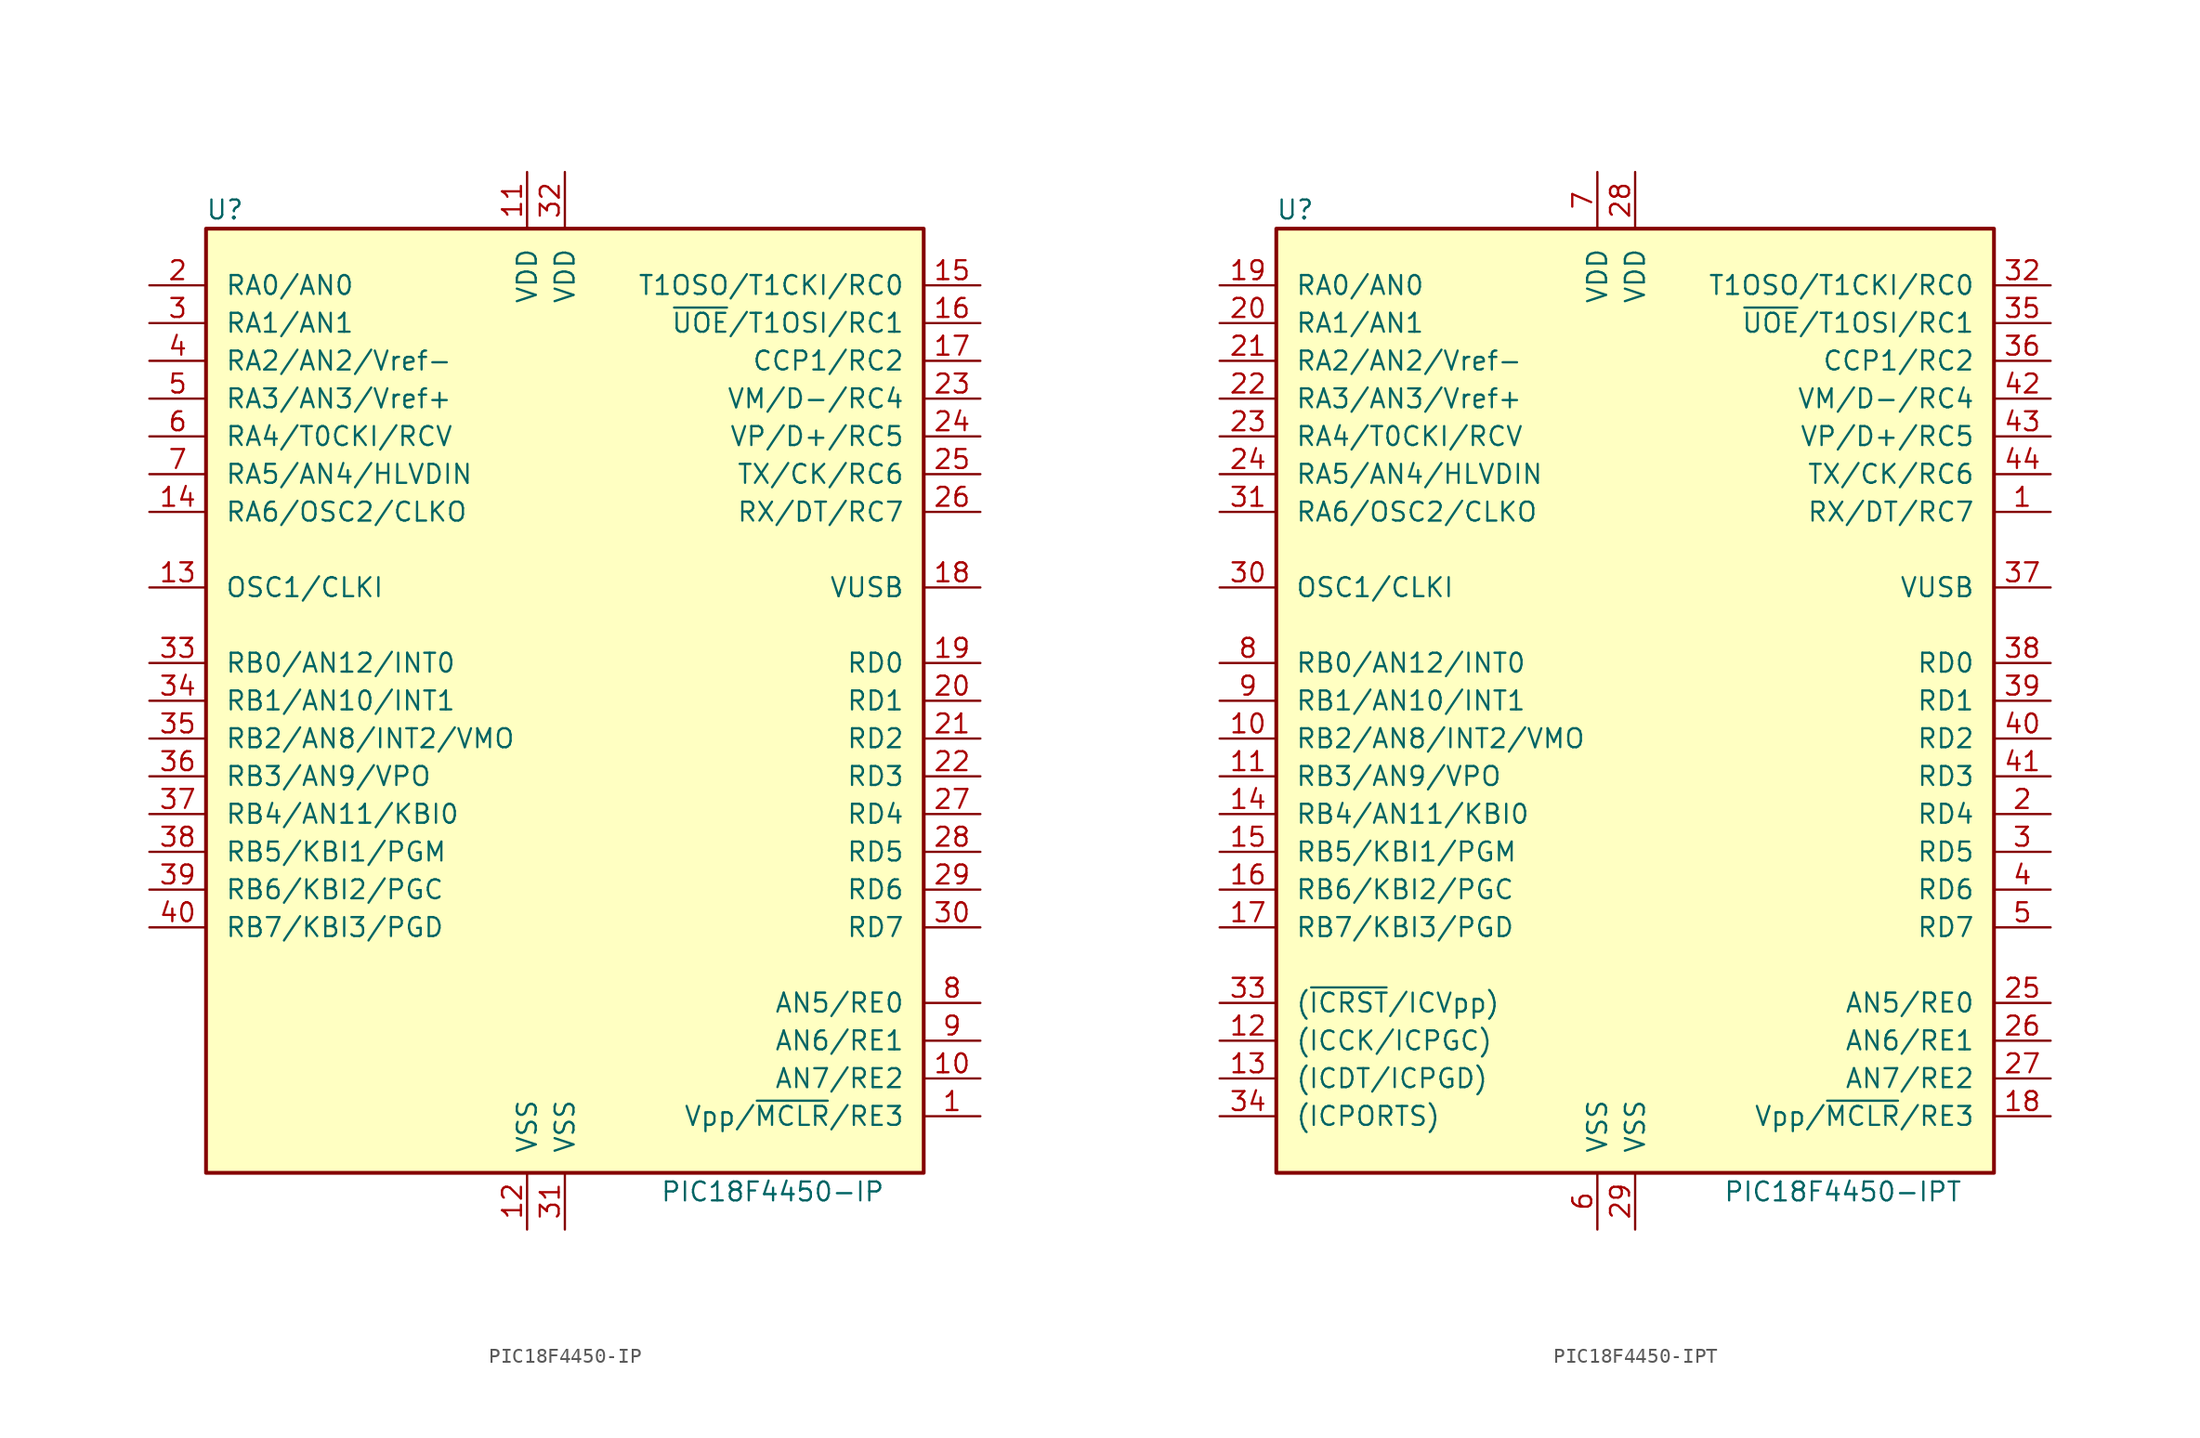
<source format=kicad_sym>
(kicad_symbol_lib
  (version 20241209)
  (generator "kicad_symbol_editor")
  (generator_version "9.0")
  (symbol "PIC18F4450-IP"
    (pin_names
      (offset 1.27))
    (property "Reference" "U"
      (at -22.86 33.02 0)
      (effects (font (size 1.27 1.27))))
    (property "Value" "PIC18F4450-IP"
      (at 13.97 -33.02 0)
      (effects (font (size 1.27 1.27))))
    (symbol "PIC18F4450-IP_0_1"
      (rectangle (start -24.13 31.75) (end 24.13 -31.75) (stroke (width 0.254) (type default)) (fill (type background))))
    (symbol "PIC18F4450-IP_1_1"
      (pin bidirectional line (at -27.94 27.94 0) (length 3.81) (name "RA0/AN0" (effects (font (size 1.27 1.27)))) (number "2" (effects (font (size 1.27 1.27)))))
      (pin bidirectional line (at -27.94 25.4 0) (length 3.81) (name "RA1/AN1" (effects (font (size 1.27 1.27)))) (number "3" (effects (font (size 1.27 1.27)))))
      (pin bidirectional line (at -27.94 22.86 0) (length 3.81) (name "RA2/AN2/Vref-" (effects (font (size 1.27 1.27)))) (number "4" (effects (font (size 1.27 1.27)))))
      (pin bidirectional line (at -27.94 20.32 0) (length 3.81) (name "RA3/AN3/Vref+" (effects (font (size 1.27 1.27)))) (number "5" (effects (font (size 1.27 1.27)))))
      (pin bidirectional line (at -27.94 17.78 0) (length 3.81) (name "RA4/T0CKI/RCV" (effects (font (size 1.27 1.27)))) (number "6" (effects (font (size 1.27 1.27)))))
      (pin bidirectional line (at -27.94 15.24 0) (length 3.81) (name "RA5/AN4/HLVDIN" (effects (font (size 1.27 1.27)))) (number "7" (effects (font (size 1.27 1.27)))))
      (pin output line (at -27.94 12.7 0) (length 3.81) (name "RA6/OSC2/CLKO" (effects (font (size 1.27 1.27)))) (number "14" (effects (font (size 1.27 1.27)))))
      (pin input line (at -27.94 7.62 0) (length 3.81) (name "OSC1/CLKI" (effects (font (size 1.27 1.27)))) (number "13" (effects (font (size 1.27 1.27)))))
      (pin bidirectional line (at -27.94 2.54 0) (length 3.81) (name "RB0/AN12/INT0" (effects (font (size 1.27 1.27)))) (number "33" (effects (font (size 1.27 1.27)))))
      (pin bidirectional line (at -27.94 0 0) (length 3.81) (name "RB1/AN10/INT1" (effects (font (size 1.27 1.27)))) (number "34" (effects (font (size 1.27 1.27)))))
      (pin bidirectional line (at -27.94 -2.54 0) (length 3.81) (name "RB2/AN8/INT2/VMO" (effects (font (size 1.27 1.27)))) (number "35" (effects (font (size 1.27 1.27)))))
      (pin bidirectional line (at -27.94 -5.08 0) (length 3.81) (name "RB3/AN9/VPO" (effects (font (size 1.27 1.27)))) (number "36" (effects (font (size 1.27 1.27)))))
      (pin bidirectional line (at -27.94 -7.62 0) (length 3.81) (name "RB4/AN11/KBI0" (effects (font (size 1.27 1.27)))) (number "37" (effects (font (size 1.27 1.27)))))
      (pin bidirectional line (at -27.94 -10.16 0) (length 3.81) (name "RB5/KBI1/PGM" (effects (font (size 1.27 1.27)))) (number "38" (effects (font (size 1.27 1.27)))))
      (pin bidirectional line (at -27.94 -12.7 0) (length 3.81) (name "RB6/KBI2/PGC" (effects (font (size 1.27 1.27)))) (number "39" (effects (font (size 1.27 1.27)))))
      (pin bidirectional line (at -27.94 -15.24 0) (length 3.81) (name "RB7/KBI3/PGD" (effects (font (size 1.27 1.27)))) (number "40" (effects (font (size 1.27 1.27)))))
      (pin power_in line (at -2.54 35.56 270) (length 3.81) (name "VDD" (effects (font (size 1.27 1.27)))) (number "11" (effects (font (size 1.27 1.27)))))
      (pin power_in line (at -2.54 -35.56 90) (length 3.81) (name "VSS" (effects (font (size 1.27 1.27)))) (number "12" (effects (font (size 1.27 1.27)))))
      (pin power_in line (at 0 35.56 270) (length 3.81) (name "VDD" (effects (font (size 1.27 1.27)))) (number "32" (effects (font (size 1.27 1.27)))))
      (pin power_in line (at 0 -35.56 90) (length 3.81) (name "VSS" (effects (font (size 1.27 1.27)))) (number "31" (effects (font (size 1.27 1.27)))))
      (pin bidirectional line (at 27.94 27.94 180) (length 3.81) (name "T1OSO/T1CKI/RC0" (effects (font (size 1.27 1.27)))) (number "15" (effects (font (size 1.27 1.27)))))
      (pin bidirectional line (at 27.94 25.4 180) (length 3.81) (name "~{UOE}/T1OSI/RC1" (effects (font (size 1.27 1.27)))) (number "16" (effects (font (size 1.27 1.27)))))
      (pin bidirectional line (at 27.94 22.86 180) (length 3.81) (name "CCP1/RC2" (effects (font (size 1.27 1.27)))) (number "17" (effects (font (size 1.27 1.27)))))
      (pin bidirectional line (at 27.94 20.32 180) (length 3.81) (name "VM/D-/RC4" (effects (font (size 1.27 1.27)))) (number "23" (effects (font (size 1.27 1.27)))))
      (pin bidirectional line (at 27.94 17.78 180) (length 3.81) (name "VP/D+/RC5" (effects (font (size 1.27 1.27)))) (number "24" (effects (font (size 1.27 1.27)))))
      (pin bidirectional line (at 27.94 15.24 180) (length 3.81) (name "TX/CK/RC6" (effects (font (size 1.27 1.27)))) (number "25" (effects (font (size 1.27 1.27)))))
      (pin bidirectional line (at 27.94 12.7 180) (length 3.81) (name "RX/DT/RC7" (effects (font (size 1.27 1.27)))) (number "26" (effects (font (size 1.27 1.27)))))
      (pin bidirectional line (at 27.94 7.62 180) (length 3.81) (name "VUSB" (effects (font (size 1.27 1.27)))) (number "18" (effects (font (size 1.27 1.27)))))
      (pin bidirectional line (at 27.94 2.54 180) (length 3.81) (name "RD0" (effects (font (size 1.27 1.27)))) (number "19" (effects (font (size 1.27 1.27)))))
      (pin bidirectional line (at 27.94 0 180) (length 3.81) (name "RD1" (effects (font (size 1.27 1.27)))) (number "20" (effects (font (size 1.27 1.27)))))
      (pin bidirectional line (at 27.94 -2.54 180) (length 3.81) (name "RD2" (effects (font (size 1.27 1.27)))) (number "21" (effects (font (size 1.27 1.27)))))
      (pin bidirectional line (at 27.94 -5.08 180) (length 3.81) (name "RD3" (effects (font (size 1.27 1.27)))) (number "22" (effects (font (size 1.27 1.27)))))
      (pin bidirectional line (at 27.94 -7.62 180) (length 3.81) (name "RD4" (effects (font (size 1.27 1.27)))) (number "27" (effects (font (size 1.27 1.27)))))
      (pin bidirectional line (at 27.94 -10.16 180) (length 3.81) (name "RD5" (effects (font (size 1.27 1.27)))) (number "28" (effects (font (size 1.27 1.27)))))
      (pin bidirectional line (at 27.94 -12.7 180) (length 3.81) (name "RD6" (effects (font (size 1.27 1.27)))) (number "29" (effects (font (size 1.27 1.27)))))
      (pin bidirectional line (at 27.94 -15.24 180) (length 3.81) (name "RD7" (effects (font (size 1.27 1.27)))) (number "30" (effects (font (size 1.27 1.27)))))
      (pin bidirectional line (at 27.94 -20.32 180) (length 3.81) (name "AN5/RE0" (effects (font (size 1.27 1.27)))) (number "8" (effects (font (size 1.27 1.27)))))
      (pin bidirectional line (at 27.94 -22.86 180) (length 3.81) (name "AN6/RE1" (effects (font (size 1.27 1.27)))) (number "9" (effects (font (size 1.27 1.27)))))
      (pin bidirectional line (at 27.94 -25.4 180) (length 3.81) (name "AN7/RE2" (effects (font (size 1.27 1.27)))) (number "10" (effects (font (size 1.27 1.27)))))
      (pin input line (at 27.94 -27.94 180) (length 3.81) (name "Vpp/~{MCLR}/RE3" (effects (font (size 1.27 1.27)))) (number "1" (effects (font (size 1.27 1.27)))))))
  (symbol "PIC18F4450-IPT"
    (pin_names
      (offset 1.27))
    (property "Reference" "U"
      (at -22.86 33.02 0)
      (effects (font (size 1.27 1.27))))
    (property "Value" "PIC18F4450-IPT"
      (at 13.97 -33.02 0)
      (effects (font (size 1.27 1.27))))
    (symbol "PIC18F4450-IPT_0_1"
      (rectangle (start -24.13 31.75) (end 24.13 -31.75) (stroke (width 0.254) (type default)) (fill (type background))))
    (symbol "PIC18F4450-IPT_1_1"
      (pin bidirectional line (at -27.94 27.94 0) (length 3.81) (name "RA0/AN0" (effects (font (size 1.27 1.27)))) (number "19" (effects (font (size 1.27 1.27)))))
      (pin bidirectional line (at -27.94 25.4 0) (length 3.81) (name "RA1/AN1" (effects (font (size 1.27 1.27)))) (number "20" (effects (font (size 1.27 1.27)))))
      (pin bidirectional line (at -27.94 22.86 0) (length 3.81) (name "RA2/AN2/Vref-" (effects (font (size 1.27 1.27)))) (number "21" (effects (font (size 1.27 1.27)))))
      (pin bidirectional line (at -27.94 20.32 0) (length 3.81) (name "RA3/AN3/Vref+" (effects (font (size 1.27 1.27)))) (number "22" (effects (font (size 1.27 1.27)))))
      (pin bidirectional line (at -27.94 17.78 0) (length 3.81) (name "RA4/T0CKI/RCV" (effects (font (size 1.27 1.27)))) (number "23" (effects (font (size 1.27 1.27)))))
      (pin bidirectional line (at -27.94 15.24 0) (length 3.81) (name "RA5/AN4/HLVDIN" (effects (font (size 1.27 1.27)))) (number "24" (effects (font (size 1.27 1.27)))))
      (pin output line (at -27.94 12.7 0) (length 3.81) (name "RA6/OSC2/CLKO" (effects (font (size 1.27 1.27)))) (number "31" (effects (font (size 1.27 1.27)))))
      (pin input line (at -27.94 7.62 0) (length 3.81) (name "OSC1/CLKI" (effects (font (size 1.27 1.27)))) (number "30" (effects (font (size 1.27 1.27)))))
      (pin bidirectional line (at -27.94 2.54 0) (length 3.81) (name "RB0/AN12/INT0" (effects (font (size 1.27 1.27)))) (number "8" (effects (font (size 1.27 1.27)))))
      (pin bidirectional line (at -27.94 0 0) (length 3.81) (name "RB1/AN10/INT1" (effects (font (size 1.27 1.27)))) (number "9" (effects (font (size 1.27 1.27)))))
      (pin bidirectional line (at -27.94 -2.54 0) (length 3.81) (name "RB2/AN8/INT2/VMO" (effects (font (size 1.27 1.27)))) (number "10" (effects (font (size 1.27 1.27)))))
      (pin bidirectional line (at -27.94 -5.08 0) (length 3.81) (name "RB3/AN9/VPO" (effects (font (size 1.27 1.27)))) (number "11" (effects (font (size 1.27 1.27)))))
      (pin bidirectional line (at -27.94 -7.62 0) (length 3.81) (name "RB4/AN11/KBI0" (effects (font (size 1.27 1.27)))) (number "14" (effects (font (size 1.27 1.27)))))
      (pin bidirectional line (at -27.94 -10.16 0) (length 3.81) (name "RB5/KBI1/PGM" (effects (font (size 1.27 1.27)))) (number "15" (effects (font (size 1.27 1.27)))))
      (pin bidirectional line (at -27.94 -12.7 0) (length 3.81) (name "RB6/KBI2/PGC" (effects (font (size 1.27 1.27)))) (number "16" (effects (font (size 1.27 1.27)))))
      (pin bidirectional line (at -27.94 -15.24 0) (length 3.81) (name "RB7/KBI3/PGD" (effects (font (size 1.27 1.27)))) (number "17" (effects (font (size 1.27 1.27)))))
      (pin input line (at -27.94 -20.32 0) (length 3.81) (name "(~{ICRST}/ICVpp)" (effects (font (size 1.27 1.27)))) (number "33" (effects (font (size 1.27 1.27)))))
      (pin bidirectional line (at -27.94 -22.86 0) (length 3.81) (name "(ICCK/ICPGC)" (effects (font (size 1.27 1.27)))) (number "12" (effects (font (size 1.27 1.27)))))
      (pin bidirectional line (at -27.94 -25.4 0) (length 3.81) (name "(ICDT/ICPGD)" (effects (font (size 1.27 1.27)))) (number "13" (effects (font (size 1.27 1.27)))))
      (pin bidirectional line (at -27.94 -27.94 0) (length 3.81) (name "(ICPORTS)" (effects (font (size 1.27 1.27)))) (number "34" (effects (font (size 1.27 1.27)))))
      (pin power_in line (at -2.54 35.56 270) (length 3.81) (name "VDD" (effects (font (size 1.27 1.27)))) (number "7" (effects (font (size 1.27 1.27)))))
      (pin power_in line (at -2.54 -35.56 90) (length 3.81) (name "VSS" (effects (font (size 1.27 1.27)))) (number "6" (effects (font (size 1.27 1.27)))))
      (pin power_in line (at 0 35.56 270) (length 3.81) (name "VDD" (effects (font (size 1.27 1.27)))) (number "28" (effects (font (size 1.27 1.27)))))
      (pin power_in line (at 0 -35.56 90) (length 3.81) (name "VSS" (effects (font (size 1.27 1.27)))) (number "29" (effects (font (size 1.27 1.27)))))
      (pin bidirectional line (at 27.94 27.94 180) (length 3.81) (name "T1OSO/T1CKI/RC0" (effects (font (size 1.27 1.27)))) (number "32" (effects (font (size 1.27 1.27)))))
      (pin bidirectional line (at 27.94 25.4 180) (length 3.81) (name "~{UOE}/T1OSI/RC1" (effects (font (size 1.27 1.27)))) (number "35" (effects (font (size 1.27 1.27)))))
      (pin bidirectional line (at 27.94 22.86 180) (length 3.81) (name "CCP1/RC2" (effects (font (size 1.27 1.27)))) (number "36" (effects (font (size 1.27 1.27)))))
      (pin bidirectional line (at 27.94 20.32 180) (length 3.81) (name "VM/D-/RC4" (effects (font (size 1.27 1.27)))) (number "42" (effects (font (size 1.27 1.27)))))
      (pin bidirectional line (at 27.94 17.78 180) (length 3.81) (name "VP/D+/RC5" (effects (font (size 1.27 1.27)))) (number "43" (effects (font (size 1.27 1.27)))))
      (pin bidirectional line (at 27.94 15.24 180) (length 3.81) (name "TX/CK/RC6" (effects (font (size 1.27 1.27)))) (number "44" (effects (font (size 1.27 1.27)))))
      (pin bidirectional line (at 27.94 12.7 180) (length 3.81) (name "RX/DT/RC7" (effects (font (size 1.27 1.27)))) (number "1" (effects (font (size 1.27 1.27)))))
      (pin bidirectional line (at 27.94 7.62 180) (length 3.81) (name "VUSB" (effects (font (size 1.27 1.27)))) (number "37" (effects (font (size 1.27 1.27)))))
      (pin bidirectional line (at 27.94 2.54 180) (length 3.81) (name "RD0" (effects (font (size 1.27 1.27)))) (number "38" (effects (font (size 1.27 1.27)))))
      (pin bidirectional line (at 27.94 0 180) (length 3.81) (name "RD1" (effects (font (size 1.27 1.27)))) (number "39" (effects (font (size 1.27 1.27)))))
      (pin bidirectional line (at 27.94 -2.54 180) (length 3.81) (name "RD2" (effects (font (size 1.27 1.27)))) (number "40" (effects (font (size 1.27 1.27)))))
      (pin bidirectional line (at 27.94 -5.08 180) (length 3.81) (name "RD3" (effects (font (size 1.27 1.27)))) (number "41" (effects (font (size 1.27 1.27)))))
      (pin bidirectional line (at 27.94 -7.62 180) (length 3.81) (name "RD4" (effects (font (size 1.27 1.27)))) (number "2" (effects (font (size 1.27 1.27)))))
      (pin bidirectional line (at 27.94 -10.16 180) (length 3.81) (name "RD5" (effects (font (size 1.27 1.27)))) (number "3" (effects (font (size 1.27 1.27)))))
      (pin bidirectional line (at 27.94 -12.7 180) (length 3.81) (name "RD6" (effects (font (size 1.27 1.27)))) (number "4" (effects (font (size 1.27 1.27)))))
      (pin bidirectional line (at 27.94 -15.24 180) (length 3.81) (name "RD7" (effects (font (size 1.27 1.27)))) (number "5" (effects (font (size 1.27 1.27)))))
      (pin bidirectional line (at 27.94 -20.32 180) (length 3.81) (name "AN5/RE0" (effects (font (size 1.27 1.27)))) (number "25" (effects (font (size 1.27 1.27)))))
      (pin bidirectional line (at 27.94 -22.86 180) (length 3.81) (name "AN6/RE1" (effects (font (size 1.27 1.27)))) (number "26" (effects (font (size 1.27 1.27)))))
      (pin bidirectional line (at 27.94 -25.4 180) (length 3.81) (name "AN7/RE2" (effects (font (size 1.27 1.27)))) (number "27" (effects (font (size 1.27 1.27)))))
      (pin input line (at 27.94 -27.94 180) (length 3.81) (name "Vpp/~{MCLR}/RE3" (effects (font (size 1.27 1.27)))) (number "18" (effects (font (size 1.27 1.27))))))))
</source>
